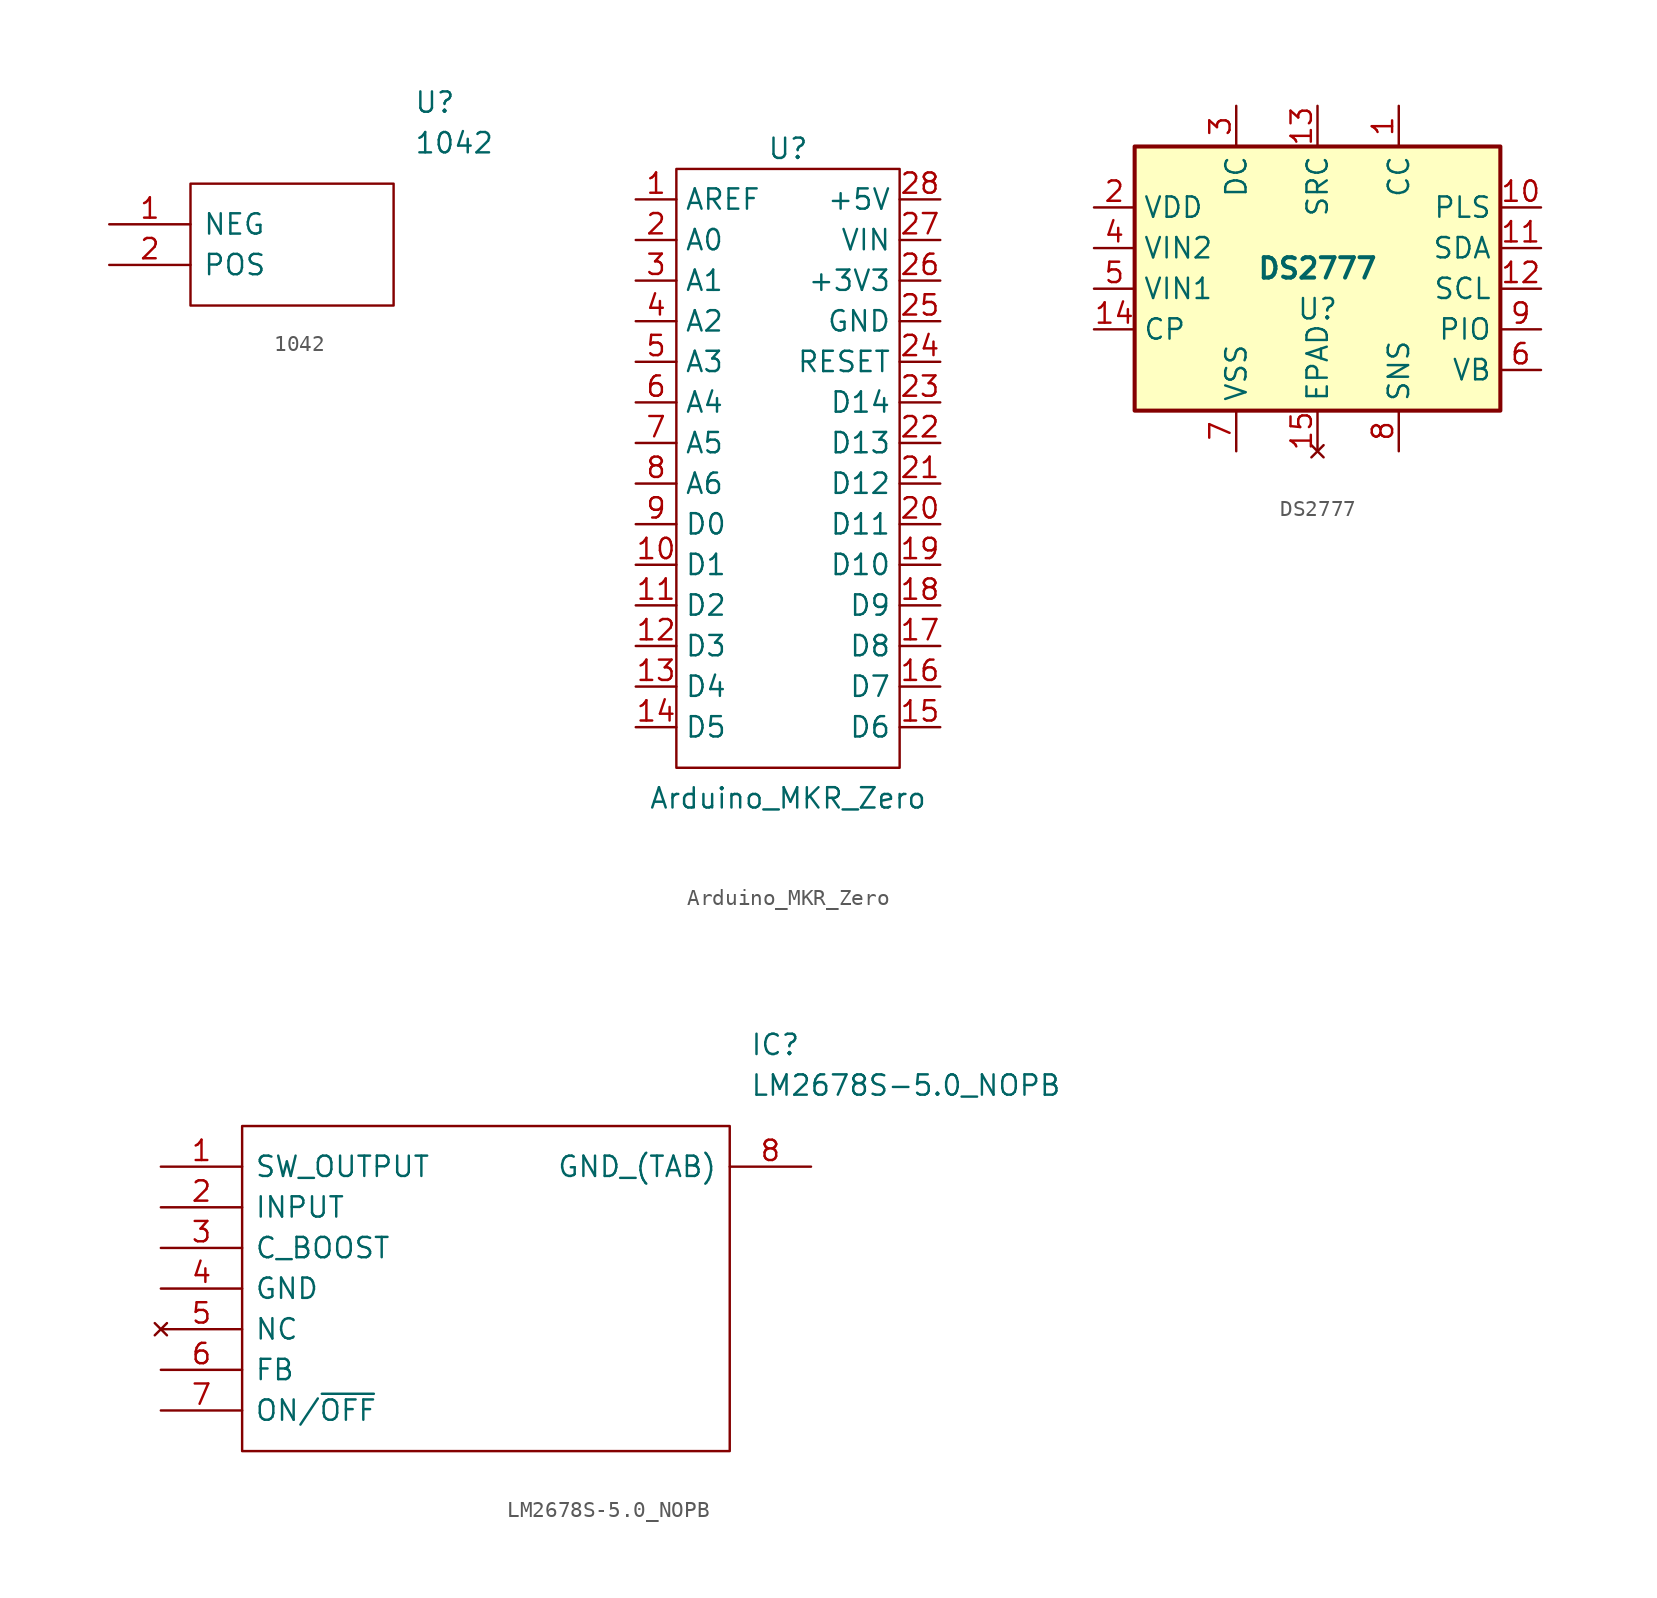
<source format=kicad_sym>
(kicad_symbol_lib
  (version 20211014)
  (generator kicad_symbol_editor)
  (symbol "1042"
    (pin_names
      (offset 0.762))
    (property "Reference" "U"
      (at 19.05 7.62 0)
      (effects (font (size 1.27 1.27)) (justify left)))
    (property "Value" "1042"
      (at 19.05 5.08 0)
      (effects (font (size 1.27 1.27)) (justify left)))
    (symbol "1042_0_0"
      (pin passive line (at 0 0 0) (length 5.08) (name "NEG" (effects (font (size 1.27 1.27)))) (number "1" (effects (font (size 1.27 1.27)))))
      (pin passive line (at 0 -2.54 0) (length 5.08) (name "POS" (effects (font (size 1.27 1.27)))) (number "2" (effects (font (size 1.27 1.27))))))
    (symbol "1042_0_1"
      (polyline (pts (xy 5.08 2.54) (xy 17.78 2.54) (xy 17.78 -5.08) (xy 5.08 -5.08) (xy 5.08 2.54)) (stroke (width 0.152) (type default) (color 0 0 0 0)) (fill (type none)))))
  (symbol "Arduino_MKR_Zero"
    (property "Reference" "U"
      (at 0 10.16 0)
      (effects (font (size 1.27 1.27))))
    (property "Value" "Arduino_MKR_Zero"
      (at 0 -30.48 0)
      (effects (font (size 1.27 1.27))))
    (symbol "Arduino_MKR_Zero_0_1"
      (rectangle (start -6.985 8.89) (end 6.985 -28.575) (stroke (width 0.152) (type default) (color 0 0 0 0)) (fill (type none))))
    (symbol "Arduino_MKR_Zero_1_1"
      (pin input line (at -9.525 6.985 0) (length 2.54) (name "AREF" (effects (font (size 1.27 1.27)))) (number "1" (effects (font (size 1.27 1.27)))))
      (pin input line (at -9.525 -15.875 0) (length 2.54) (name "D1" (effects (font (size 1.27 1.27)))) (number "10" (effects (font (size 1.27 1.27)))))
      (pin input line (at -9.525 -18.415 0) (length 2.54) (name "D2" (effects (font (size 1.27 1.27)))) (number "11" (effects (font (size 1.27 1.27)))))
      (pin input line (at -9.525 -20.955 0) (length 2.54) (name "D3" (effects (font (size 1.27 1.27)))) (number "12" (effects (font (size 1.27 1.27)))))
      (pin input line (at -9.525 -23.495 0) (length 2.54) (name "D4" (effects (font (size 1.27 1.27)))) (number "13" (effects (font (size 1.27 1.27)))))
      (pin input line (at -9.525 -26.035 0) (length 2.54) (name "D5" (effects (font (size 1.27 1.27)))) (number "14" (effects (font (size 1.27 1.27)))))
      (pin input line (at 9.525 -26.035 180) (length 2.54) (name "D6" (effects (font (size 1.27 1.27)))) (number "15" (effects (font (size 1.27 1.27)))))
      (pin input line (at 9.525 -23.495 180) (length 2.54) (name "D7" (effects (font (size 1.27 1.27)))) (number "16" (effects (font (size 1.27 1.27)))))
      (pin input line (at 9.525 -20.955 180) (length 2.54) (name "D8" (effects (font (size 1.27 1.27)))) (number "17" (effects (font (size 1.27 1.27)))))
      (pin input line (at 9.525 -18.415 180) (length 2.54) (name "D9" (effects (font (size 1.27 1.27)))) (number "18" (effects (font (size 1.27 1.27)))))
      (pin input line (at 9.525 -15.875 180) (length 2.54) (name "D10" (effects (font (size 1.27 1.27)))) (number "19" (effects (font (size 1.27 1.27)))))
      (pin input line (at -9.525 4.445 0) (length 2.54) (name "A0" (effects (font (size 1.27 1.27)))) (number "2" (effects (font (size 1.27 1.27)))))
      (pin input line (at 9.525 -13.335 180) (length 2.54) (name "D11" (effects (font (size 1.27 1.27)))) (number "20" (effects (font (size 1.27 1.27)))))
      (pin input line (at 9.525 -10.795 180) (length 2.54) (name "D12" (effects (font (size 1.27 1.27)))) (number "21" (effects (font (size 1.27 1.27)))))
      (pin input line (at 9.525 -8.255 180) (length 2.54) (name "D13" (effects (font (size 1.27 1.27)))) (number "22" (effects (font (size 1.27 1.27)))))
      (pin input line (at 9.525 -5.715 180) (length 2.54) (name "D14" (effects (font (size 1.27 1.27)))) (number "23" (effects (font (size 1.27 1.27)))))
      (pin input line (at 9.525 -3.175 180) (length 2.54) (name "RESET" (effects (font (size 1.27 1.27)))) (number "24" (effects (font (size 1.27 1.27)))))
      (pin input line (at 9.525 -0.635 180) (length 2.54) (name "GND" (effects (font (size 1.27 1.27)))) (number "25" (effects (font (size 1.27 1.27)))))
      (pin power_out line (at 9.525 1.905 180) (length 2.54) (name "+3V3" (effects (font (size 1.27 1.27)))) (number "26" (effects (font (size 1.27 1.27)))))
      (pin power_in line (at 9.525 4.445 180) (length 2.54) (name "VIN" (effects (font (size 1.27 1.27)))) (number "27" (effects (font (size 1.27 1.27)))))
      (pin power_out line (at 9.525 6.985 180) (length 2.54) (name "+5V" (effects (font (size 1.27 1.27)))) (number "28" (effects (font (size 1.27 1.27)))))
      (pin input line (at -9.525 1.905 0) (length 2.54) (name "A1" (effects (font (size 1.27 1.27)))) (number "3" (effects (font (size 1.27 1.27)))))
      (pin input line (at -9.525 -0.635 0) (length 2.54) (name "A2" (effects (font (size 1.27 1.27)))) (number "4" (effects (font (size 1.27 1.27)))))
      (pin input line (at -9.525 -3.175 0) (length 2.54) (name "A3" (effects (font (size 1.27 1.27)))) (number "5" (effects (font (size 1.27 1.27)))))
      (pin input line (at -9.525 -5.715 0) (length 2.54) (name "A4" (effects (font (size 1.27 1.27)))) (number "6" (effects (font (size 1.27 1.27)))))
      (pin input line (at -9.525 -8.255 0) (length 2.54) (name "A5" (effects (font (size 1.27 1.27)))) (number "7" (effects (font (size 1.27 1.27)))))
      (pin input line (at -9.525 -10.795 0) (length 2.54) (name "A6" (effects (font (size 1.27 1.27)))) (number "8" (effects (font (size 1.27 1.27)))))
      (pin input line (at -9.525 -13.335 0) (length 2.54) (name "D0" (effects (font (size 1.27 1.27)))) (number "9" (effects (font (size 1.27 1.27)))))))
  (symbol "DS2777"
    (property "Reference" "U"
      (at 0 -3.81 0)
      (effects (font (size 1.27 1.27))))
    (property "Value" "DS2777"
      (at 0 -1.27 0)
      (effects (font (size 1.27 1.27) bold)))
    (symbol "DS2777_0_1"
      (rectangle (start -11.43 6.35) (end 11.43 -10.16) (stroke (width 0.254) (type default) (color 0 0 0 0)) (fill (type background))))
    (symbol "DS2777_1_1"
      (pin output line (at 5.08 8.89 270) (length 2.54) (name "CC" (effects (font (size 1.27 1.27)))) (number "1" (effects (font (size 1.27 1.27)))))
      (pin output line (at 13.97 2.54 180) (length 2.54) (name "PLS" (effects (font (size 1.27 1.27)))) (number "10" (effects (font (size 1.27 1.27)))))
      (pin bidirectional line (at 13.97 0 180) (length 2.54) (name "SDA" (effects (font (size 1.27 1.27)))) (number "11" (effects (font (size 1.27 1.27)))))
      (pin input line (at 13.97 -2.54 180) (length 2.54) (name "SCL" (effects (font (size 1.27 1.27)))) (number "12" (effects (font (size 1.27 1.27)))))
      (pin input line (at 0 8.89 270) (length 2.54) (name "SRC" (effects (font (size 1.27 1.27)))) (number "13" (effects (font (size 1.27 1.27)))))
      (pin input line (at -13.97 -5.08 0) (length 2.54) (name "CP" (effects (font (size 1.27 1.27)))) (number "14" (effects (font (size 1.27 1.27)))))
      (pin no_connect line (at 0 -12.7 90) (length 2.54) (name "EPAD" (effects (font (size 1.27 1.27)))) (number "15" (effects (font (size 1.27 1.27)))))
      (pin input line (at -13.97 2.54 0) (length 2.54) (name "VDD" (effects (font (size 1.27 1.27)))) (number "2" (effects (font (size 1.27 1.27)))))
      (pin output line (at -5.08 8.89 270) (length 2.54) (name "DC" (effects (font (size 1.27 1.27)))) (number "3" (effects (font (size 1.27 1.27)))))
      (pin input line (at -13.97 0 0) (length 2.54) (name "VIN2" (effects (font (size 1.27 1.27)))) (number "4" (effects (font (size 1.27 1.27)))))
      (pin input line (at -13.97 -2.54 0) (length 2.54) (name "VIN1" (effects (font (size 1.27 1.27)))) (number "5" (effects (font (size 1.27 1.27)))))
      (pin input line (at 13.97 -7.62 180) (length 2.54) (name "VB" (effects (font (size 1.27 1.27)))) (number "6" (effects (font (size 1.27 1.27)))))
      (pin output line (at -5.08 -12.7 90) (length 2.54) (name "VSS" (effects (font (size 1.27 1.27)))) (number "7" (effects (font (size 1.27 1.27)))))
      (pin output line (at 5.08 -12.7 90) (length 2.54) (name "SNS" (effects (font (size 1.27 1.27)))) (number "8" (effects (font (size 1.27 1.27)))))
      (pin bidirectional line (at 13.97 -5.08 180) (length 2.54) (name "PIO" (effects (font (size 1.27 1.27)))) (number "9" (effects (font (size 1.27 1.27)))))))
  (symbol "LM2678S-5.0_NOPB"
    (pin_names
      (offset 0.762))
    (property "Reference" "IC"
      (at 36.83 7.62 0)
      (effects (font (size 1.27 1.27)) (justify left)))
    (property "Value" "LM2678S-5.0_NOPB"
      (at 36.83 5.08 0)
      (effects (font (size 1.27 1.27)) (justify left)))
    (symbol "LM2678S-5.0_NOPB_0_0"
      (pin output line (at 0 0 0) (length 5.08) (name "SW_OUTPUT" (effects (font (size 1.27 1.27)))) (number "1" (effects (font (size 1.27 1.27)))))
      (pin input line (at 0 -2.54 0) (length 5.08) (name "INPUT" (effects (font (size 1.27 1.27)))) (number "2" (effects (font (size 1.27 1.27)))))
      (pin passive line (at 0 -5.08 0) (length 5.08) (name "C_BOOST" (effects (font (size 1.27 1.27)))) (number "3" (effects (font (size 1.27 1.27)))))
      (pin power_in line (at 0 -7.62 0) (length 5.08) (name "GND" (effects (font (size 1.27 1.27)))) (number "4" (effects (font (size 1.27 1.27)))))
      (pin no_connect line (at 0 -10.16 0) (length 5.08) (name "NC" (effects (font (size 1.27 1.27)))) (number "5" (effects (font (size 1.27 1.27)))))
      (pin passive line (at 0 -12.7 0) (length 5.08) (name "FB" (effects (font (size 1.27 1.27)))) (number "6" (effects (font (size 1.27 1.27)))))
      (pin passive line (at 0 -15.24 0) (length 5.08) (name "ON/~{OFF}" (effects (font (size 1.27 1.27)))) (number "7" (effects (font (size 1.27 1.27)))))
      (pin power_in line (at 40.64 0 180) (length 5.08) (name "GND_(TAB)" (effects (font (size 1.27 1.27)))) (number "8" (effects (font (size 1.27 1.27))))))
    (symbol "LM2678S-5.0_NOPB_0_1"
      (polyline (pts (xy 5.08 2.54) (xy 35.56 2.54) (xy 35.56 -17.78) (xy 5.08 -17.78) (xy 5.08 2.54)) (stroke (width 0.152) (type default) (color 0 0 0 0)) (fill (type none))))))
</source>
